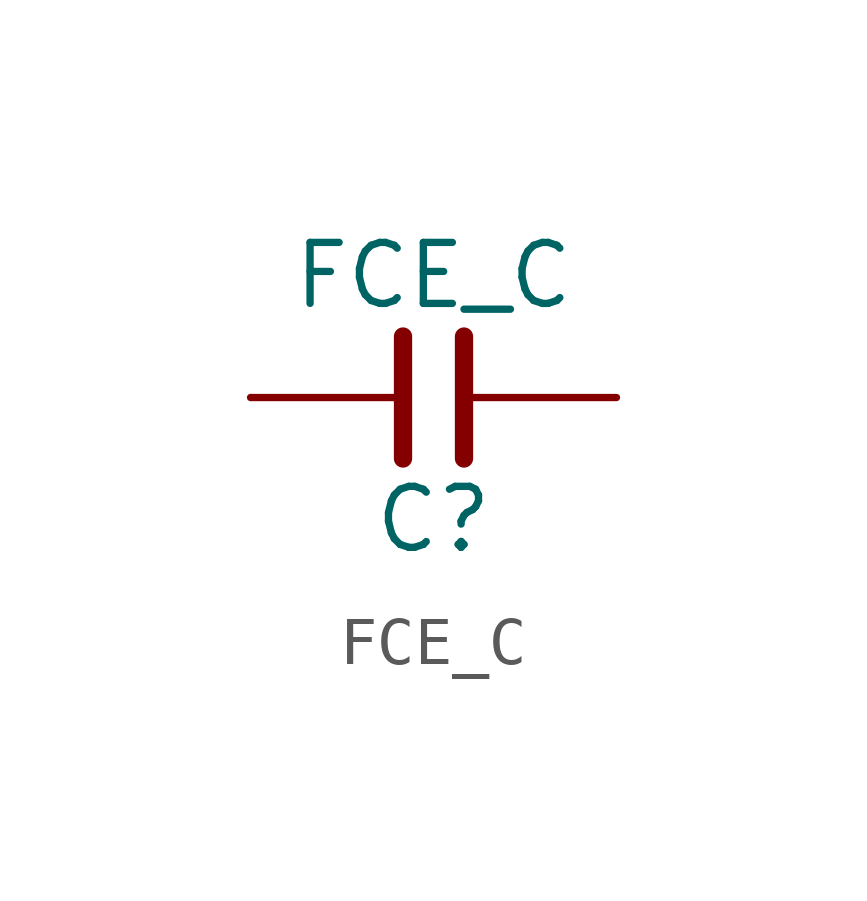
<source format=kicad_sym>
(kicad_symbol_lib
  (version 20211014)
  (generator kicad_symbol_editor)
  (symbol "FCE_C"
    (pin_numbers hide)
    (pin_names
      (offset 0) hide)
    (property "Reference" "C"
      (at 0 -2.54 0)
      (effects (font (size 1.27 1.27))))
    (property "Value" "FCE_C"
      (at 0 2.54 0)
      (effects (font (size 1.27 1.27))))
    (property "Footprint" ""
      (at 0 0 0)
      (effects (font (size 1.27 1.27))))
    (property "Datasheet" ""
      (at 0 0 0)
      (effects (font (size 1.27 1.27))))
    (symbol "FCE_C_0_1"
      (polyline (pts (xy 0.635 1.27) (xy 0.635 -1.27)) (stroke (width 0.381) (type default) (color 0 0 0 0)) (fill (type none)))
      (polyline (pts (xy -0.635 1.27) (xy -0.635 -1.27) (xy -0.635 0.635)) (stroke (width 0.381) (type default) (color 0 0 0 0)) (fill (type none))))
    (symbol "FCE_C_1_1"
      (pin passive line (at -3.81 0 0) (length 3.175) (name "A" (effects (font (size 0.813 0.813)))) (number "1" (effects (font (size 0.813 0.813)))))
      (pin passive line (at 3.81 0 180) (length 3.175) (name "K" (effects (font (size 0.813 0.813)))) (number "2" (effects (font (size 0.813 0.813))))))))
</source>
